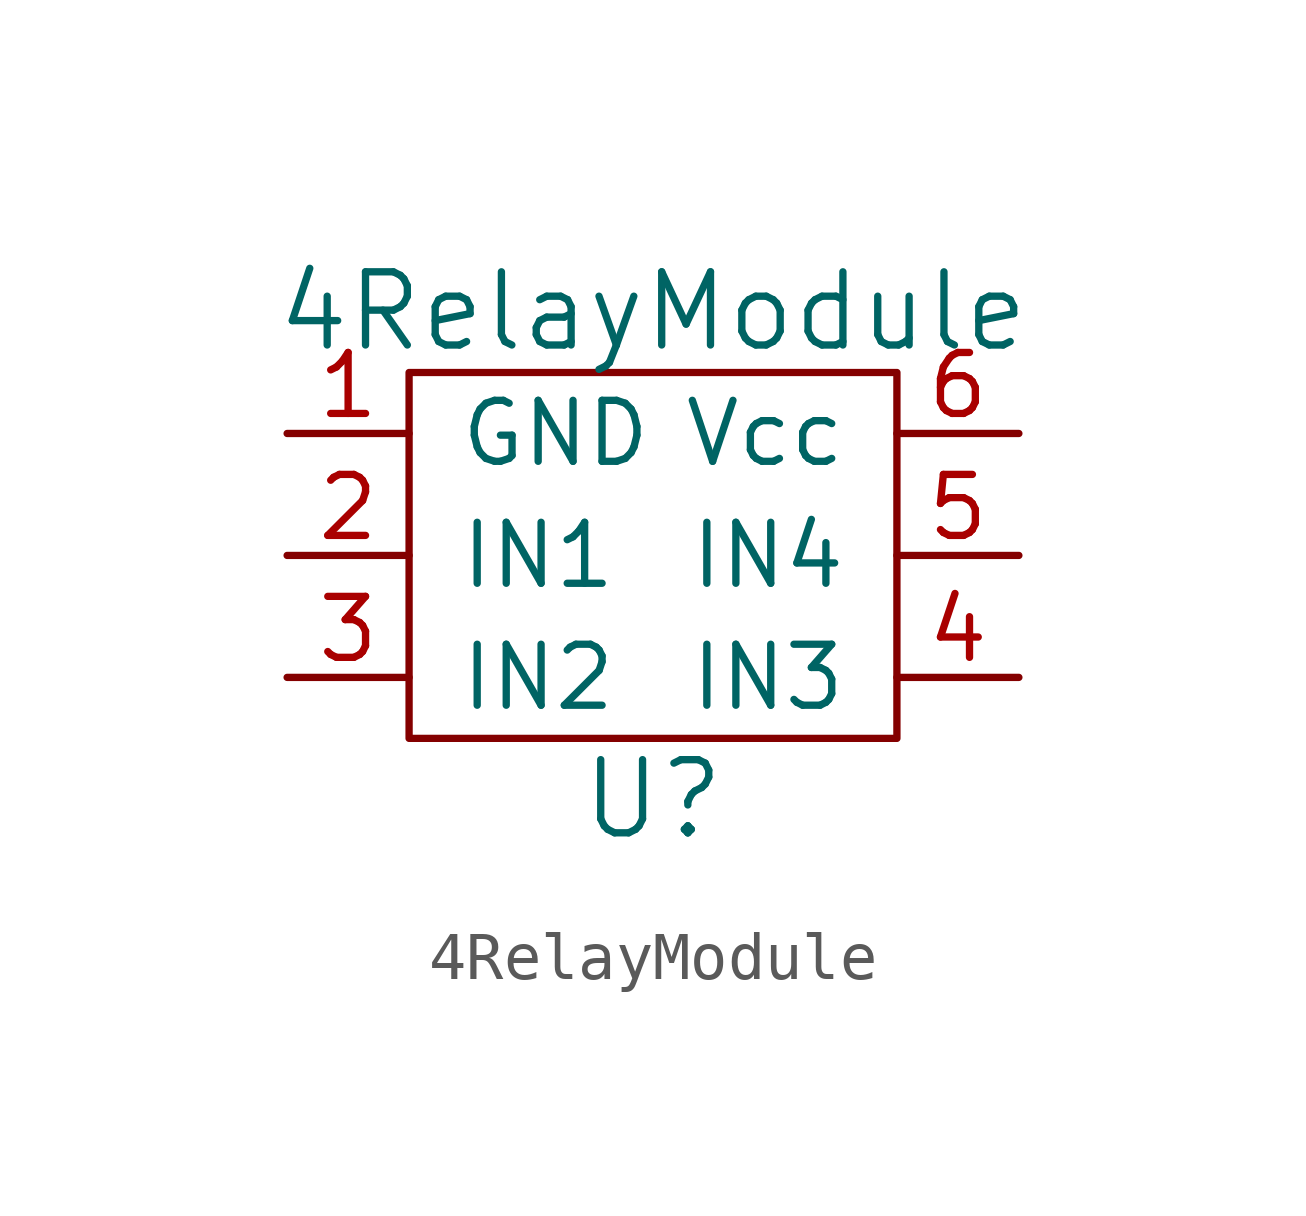
<source format=kicad_sym>
(kicad_symbol_lib
  (version 20211014)
  (generator kicad_symbol_editor)
  (symbol "4RelayModule"
    (pin_names
      (offset 1.016))
    (property "Reference" "U"
      (at 0 -5.08 0)
      (effects (font (size 1.524 1.524))))
    (property "Value" "4RelayModule"
      (at 0 5.08 0)
      (effects (font (size 1.524 1.524))))
    (symbol "4RelayModule_0_1"
      (rectangle (start -5.08 3.81) (end 5.08 -3.81) (stroke (width 0) (type default) (color 0 0 0 0)) (fill (type none))))
    (symbol "4RelayModule_1_1"
      (pin input line (at -7.62 2.54 0) (length 2.54) (name "GND" (effects (font (size 1.27 1.27)))) (number "1" (effects (font (size 1.27 1.27)))))
      (pin input line (at -7.62 0 0) (length 2.54) (name "IN1" (effects (font (size 1.27 1.27)))) (number "2" (effects (font (size 1.27 1.27)))))
      (pin input line (at -7.62 -2.54 0) (length 2.54) (name "IN2" (effects (font (size 1.27 1.27)))) (number "3" (effects (font (size 1.27 1.27)))))
      (pin input line (at 7.62 -2.54 180) (length 2.54) (name "IN3" (effects (font (size 1.27 1.27)))) (number "4" (effects (font (size 1.27 1.27)))))
      (pin input line (at 7.62 0 180) (length 2.54) (name "IN4" (effects (font (size 1.27 1.27)))) (number "5" (effects (font (size 1.27 1.27)))))
      (pin input line (at 7.62 2.54 180) (length 2.54) (name "Vcc" (effects (font (size 1.27 1.27)))) (number "6" (effects (font (size 1.27 1.27))))))))
</source>
